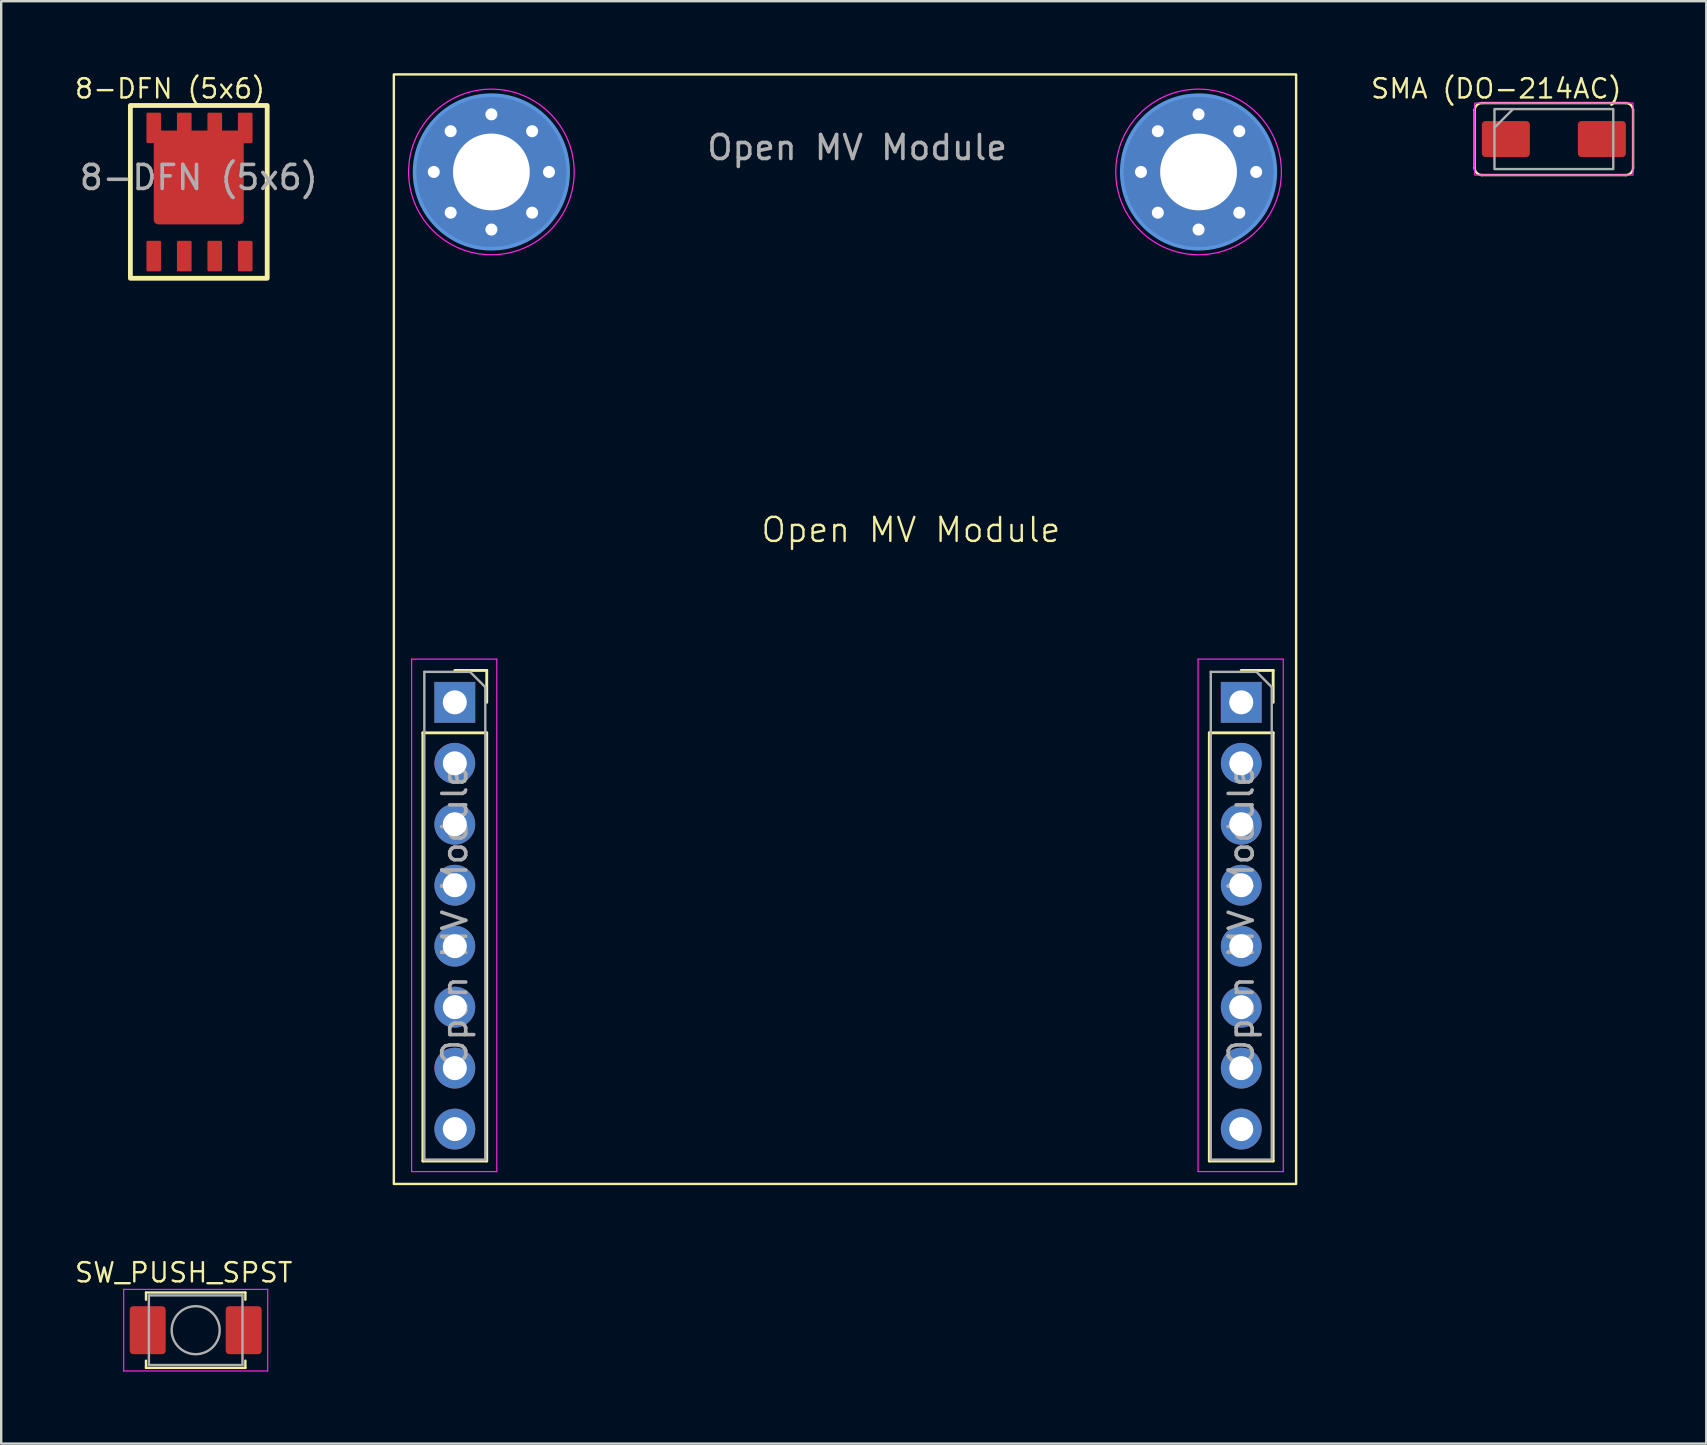
<source format=kicad_pcb>
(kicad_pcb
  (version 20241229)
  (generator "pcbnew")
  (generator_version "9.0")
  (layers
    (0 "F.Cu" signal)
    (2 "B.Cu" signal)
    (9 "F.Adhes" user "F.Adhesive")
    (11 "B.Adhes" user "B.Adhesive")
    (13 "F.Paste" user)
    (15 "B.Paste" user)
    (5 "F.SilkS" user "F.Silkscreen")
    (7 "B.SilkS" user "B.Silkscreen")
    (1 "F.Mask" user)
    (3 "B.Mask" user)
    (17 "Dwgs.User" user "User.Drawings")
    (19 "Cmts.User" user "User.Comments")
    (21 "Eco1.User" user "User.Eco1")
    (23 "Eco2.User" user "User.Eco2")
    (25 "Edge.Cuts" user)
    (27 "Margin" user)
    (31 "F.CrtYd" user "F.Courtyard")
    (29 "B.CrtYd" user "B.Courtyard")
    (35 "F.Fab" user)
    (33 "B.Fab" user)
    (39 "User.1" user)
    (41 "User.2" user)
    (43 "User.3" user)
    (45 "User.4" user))
  (footprint "8-DFN (5x6)"
    (layer "F.Cu")
    (at 5.232 4.944)
    (property "Reference" "8-DFN (5x6)" (at -1.2 -4.3 0) (unlocked yes) (layer "F.SilkS") (effects (font (size 0.8 0.8) (thickness 0.1))))
    (attr smd)
    (fp_rect (start -2.85 -3.6) (end 2.85 3.6) (stroke (width 0.2) (type default)) (fill no) (layer "F.SilkS"))
    (fp_text user "${REFERENCE}" (at 0 -0.6 0) (unlocked yes) (layer "F.Fab") (effects (font (size 1 1) (thickness 0.15))))
    (pad "1" smd roundrect (at -1.875 2.675 90) (size 1.27 0.61) (layers "F.Cu" "F.Mask" "F.Paste") (roundrect_rratio 0.1))
    (pad "2" smd roundrect (at -0.605 2.675 90) (size 1.27 0.61) (layers "F.Cu" "F.Mask" "F.Paste") (roundrect_rratio 0.1))
    (pad "3" smd roundrect (at 0.665 2.675 90) (size 1.27 0.61) (layers "F.Cu" "F.Mask" "F.Paste") (roundrect_rratio 0.1))
    (pad "4" smd roundrect (at 1.935 2.675 90) (size 1.27 0.61) (layers "F.Cu" "F.Mask" "F.Paste") (roundrect_rratio 0.1))
    (pad "5" smd roundrect (at 1.935 -3.3 270) (size 1.27 0.61) (drill (offset 0.635 0)) (layers "F.Cu" "F.Mask" "F.Paste") (roundrect_rratio 0.1))
    (pad "6" smd roundrect (at 0.665 -3.3 270) (size 1.27 0.61) (drill (offset 0.635 0)) (layers "F.Cu" "F.Mask" "F.Paste") (roundrect_rratio 0.1))
    (pad "7" smd roundrect (at -0.605 -3.3 270) (size 1.27 0.61) (drill (offset 0.635 0)) (layers "F.Cu" "F.Mask" "F.Paste") (roundrect_rratio 0.1))
    (pad "8" smd roundrect (at -1.875 -3.3 270) (size 1.27 0.61) (drill (offset 0.635 0)) (layers "F.Cu" "F.Mask" "F.Paste") (roundrect_rratio 0.1))
    (pad "9" smd roundrect (at 0 -0.6) (size 3.75 3.91) (layers "F.Cu" "F.Mask" "F.Paste") (roundrect_rratio 0.05)))
  (footprint "Open MV Module"
    (layer "F.Cu")
    (at 32.155 23.164)
    (property "Reference" "Open MV Module" (at 2.746 -4.136 0) (unlocked yes) (layer "F.SilkS") (effects (font (size 1 1) (thickness 0.1))))
    (attr smd)
    (fp_line (start -17.586 4.318) (end -17.586 22.158) (stroke (width 0.12) (type solid)) (layer "F.SilkS"))
    (fp_line (start -17.586 4.318) (end -14.926 4.318) (stroke (width 0.12) (type solid)) (layer "F.SilkS"))
    (fp_line (start -17.586 22.158) (end -14.926 22.158) (stroke (width 0.12) (type solid)) (layer "F.SilkS"))
    (fp_line (start -16.256 1.718) (end -14.926 1.718) (stroke (width 0.12) (type solid)) (layer "F.SilkS"))
    (fp_line (start -14.926 1.718) (end -14.926 3.048) (stroke (width 0.12) (type solid)) (layer "F.SilkS"))
    (fp_line (start -14.926 4.318) (end -14.926 22.158) (stroke (width 0.12) (type solid)) (layer "F.SilkS"))
    (fp_line (start 15.18 4.318) (end 15.18 22.158) (stroke (width 0.12) (type solid)) (layer "F.SilkS"))
    (fp_line (start 15.18 4.318) (end 17.84 4.318) (stroke (width 0.12) (type solid)) (layer "F.SilkS"))
    (fp_line (start 15.18 22.158) (end 17.84 22.158) (stroke (width 0.12) (type solid)) (layer "F.SilkS"))
    (fp_line (start 16.51 1.718) (end 17.84 1.718) (stroke (width 0.12) (type solid)) (layer "F.SilkS"))
    (fp_line (start 17.84 1.718) (end 17.84 3.048) (stroke (width 0.12) (type solid)) (layer "F.SilkS"))
    (fp_line (start 17.84 4.318) (end 17.84 22.158) (stroke (width 0.12) (type solid)) (layer "F.SilkS"))
    (fp_rect (start -18.796 23.114) (end 18.796 -23.114) (stroke (width 0.1) (type default)) (fill no) (layer "F.SilkS"))
    (fp_circle (center -14.732 -19.05) (end -11.532 -19.05) (stroke (width 0.15) (type solid)) (fill no) (layer "Cmts.User"))
    (fp_circle (center 14.732 -19.05) (end 17.932 -19.05) (stroke (width 0.15) (type solid)) (fill no) (layer "Cmts.User"))
    (fp_line (start -18.056 1.248) (end -14.506 1.248) (stroke (width 0.05) (type solid)) (layer "F.CrtYd"))
    (fp_line (start -18.056 22.598) (end -18.056 1.248) (stroke (width 0.05) (type solid)) (layer "F.CrtYd"))
    (fp_line (start -14.506 1.248) (end -14.506 22.598) (stroke (width 0.05) (type solid)) (layer "F.CrtYd"))
    (fp_line (start -14.506 22.598) (end -18.056 22.598) (stroke (width 0.05) (type solid)) (layer "F.CrtYd"))
    (fp_line (start 14.71 1.248) (end 18.26 1.248) (stroke (width 0.05) (type solid)) (layer "F.CrtYd"))
    (fp_line (start 14.71 22.598) (end 14.71 1.248) (stroke (width 0.05) (type solid)) (layer "F.CrtYd"))
    (fp_line (start 18.26 1.248) (end 18.26 22.598) (stroke (width 0.05) (type solid)) (layer "F.CrtYd"))
    (fp_line (start 18.26 22.598) (end 14.71 22.598) (stroke (width 0.05) (type solid)) (layer "F.CrtYd"))
    (fp_circle (center -14.732 -19.05) (end -11.282 -19.05) (stroke (width 0.05) (type solid)) (fill no) (layer "F.CrtYd"))
    (fp_circle (center 14.732 -19.05) (end 18.182 -19.05) (stroke (width 0.05) (type solid)) (fill no) (layer "F.CrtYd"))
    (fp_line (start -17.526 1.778) (end -15.621 1.778) (stroke (width 0.1) (type solid)) (layer "F.Fab"))
    (fp_line (start -17.526 22.098) (end -17.526 1.778) (stroke (width 0.1) (type solid)) (layer "F.Fab"))
    (fp_line (start -15.621 1.778) (end -14.986 2.413) (stroke (width 0.1) (type solid)) (layer "F.Fab"))
    (fp_line (start -14.986 2.413) (end -14.986 22.098) (stroke (width 0.1) (type solid)) (layer "F.Fab"))
    (fp_line (start -14.986 22.098) (end -17.526 22.098) (stroke (width 0.1) (type solid)) (layer "F.Fab"))
    (fp_line (start 15.24 1.778) (end 17.145 1.778) (stroke (width 0.1) (type solid)) (layer "F.Fab"))
    (fp_line (start 15.24 22.098) (end 15.24 1.778) (stroke (width 0.1) (type solid)) (layer "F.Fab"))
    (fp_line (start 17.145 1.778) (end 17.78 2.413) (stroke (width 0.1) (type solid)) (layer "F.Fab"))
    (fp_line (start 17.78 2.413) (end 17.78 22.098) (stroke (width 0.1) (type solid)) (layer "F.Fab"))
    (fp_line (start 17.78 22.098) (end 15.24 22.098) (stroke (width 0.1) (type solid)) (layer "F.Fab"))
    (fp_text user "${REFERENCE}" (at -16.256 11.938 90) (layer "F.Fab") (effects (font (size 1 1) (thickness 0.15))))
    (fp_text user "${REFERENCE}" (at 16.51 11.938 90) (layer "F.Fab") (effects (font (size 1 1) (thickness 0.15))))
    (fp_text user "${REFERENCE}" (at 0.508 -20.066 0) (unlocked yes) (layer "F.Fab") (effects (font (size 1 1) (thickness 0.15))))
    (pad "0" thru_hole circle (at -17.132 -19.05) (size 0.8 0.8) (drill 0.5) (layers "*.Cu" "*.Mask"))
    (pad "0" thru_hole circle (at -16.429 -20.747) (size 0.8 0.8) (drill 0.5) (layers "*.Cu" "*.Mask"))
    (pad "0" thru_hole circle (at -16.429 -17.353) (size 0.8 0.8) (drill 0.5) (layers "*.Cu" "*.Mask"))
    (pad "0" thru_hole circle (at -14.732 -21.45) (size 0.8 0.8) (drill 0.5) (layers "*.Cu" "*.Mask"))
    (pad "0" thru_hole circle (at -14.732 -19.05) (size 6.4 6.4) (drill 3.2) (layers "*.Cu" "*.Mask"))
    (pad "0" thru_hole circle (at -14.732 -16.65) (size 0.8 0.8) (drill 0.5) (layers "*.Cu" "*.Mask"))
    (pad "0" thru_hole circle (at -13.035 -20.747) (size 0.8 0.8) (drill 0.5) (layers "*.Cu" "*.Mask"))
    (pad "0" thru_hole circle (at -13.035 -17.353) (size 0.8 0.8) (drill 0.5) (layers "*.Cu" "*.Mask"))
    (pad "0" thru_hole circle (at -12.332 -19.05) (size 0.8 0.8) (drill 0.5) (layers "*.Cu" "*.Mask"))
    (pad "0" thru_hole circle (at 12.332 -19.05) (size 0.8 0.8) (drill 0.5) (layers "*.Cu" "*.Mask"))
    (pad "0" thru_hole circle (at 13.035 -20.747) (size 0.8 0.8) (drill 0.5) (layers "*.Cu" "*.Mask"))
    (pad "0" thru_hole circle (at 13.035 -17.353) (size 0.8 0.8) (drill 0.5) (layers "*.Cu" "*.Mask"))
    (pad "0" thru_hole circle (at 14.732 -21.45) (size 0.8 0.8) (drill 0.5) (layers "*.Cu" "*.Mask"))
    (pad "0" thru_hole circle (at 14.732 -19.05) (size 6.4 6.4) (drill 3.2) (layers "*.Cu" "*.Mask"))
    (pad "0" thru_hole circle (at 14.732 -16.65) (size 0.8 0.8) (drill 0.5) (layers "*.Cu" "*.Mask"))
    (pad "0" thru_hole circle (at 16.429 -20.747) (size 0.8 0.8) (drill 0.5) (layers "*.Cu" "*.Mask"))
    (pad "0" thru_hole circle (at 16.429 -17.353) (size 0.8 0.8) (drill 0.5) (layers "*.Cu" "*.Mask"))
    (pad "0" thru_hole circle (at 17.132 -19.05) (size 0.8 0.8) (drill 0.5) (layers "*.Cu" "*.Mask"))
    (pad "1" thru_hole rect (at -16.256 3.048) (size 1.7 1.7) (drill 1) (layers "*.Cu" "*.Mask"))
    (pad "2" thru_hole oval (at -16.256 5.588) (size 1.7 1.7) (drill 1) (layers "*.Cu" "*.Mask"))
    (pad "3" thru_hole oval (at -16.256 8.128) (size 1.7 1.7) (drill 1) (layers "*.Cu" "*.Mask"))
    (pad "4" thru_hole oval (at -16.256 10.668) (size 1.7 1.7) (drill 1) (layers "*.Cu" "*.Mask"))
    (pad "5" thru_hole oval (at -16.256 13.208) (size 1.7 1.7) (drill 1) (layers "*.Cu" "*.Mask"))
    (pad "6" thru_hole oval (at -16.256 15.748) (size 1.7 1.7) (drill 1) (layers "*.Cu" "*.Mask"))
    (pad "7" thru_hole oval (at -16.256 18.288) (size 1.7 1.7) (drill 1) (layers "*.Cu" "*.Mask"))
    (pad "8" thru_hole oval (at -16.256 20.828) (size 1.7 1.7) (drill 1) (layers "*.Cu" "*.Mask"))
    (pad "9" thru_hole oval (at 16.51 20.828) (size 1.7 1.7) (drill 1) (layers "*.Cu" "*.Mask"))
    (pad "10" thru_hole oval (at 16.51 18.288) (size 1.7 1.7) (drill 1) (layers "*.Cu" "*.Mask"))
    (pad "11" thru_hole oval (at 16.51 15.748) (size 1.7 1.7) (drill 1) (layers "*.Cu" "*.Mask"))
    (pad "12" thru_hole oval (at 16.51 13.208) (size 1.7 1.7) (drill 1) (layers "*.Cu" "*.Mask"))
    (pad "13" thru_hole oval (at 16.51 10.668) (size 1.7 1.7) (drill 1) (layers "*.Cu" "*.Mask"))
    (pad "14" thru_hole oval (at 16.51 8.128) (size 1.7 1.7) (drill 1) (layers "*.Cu" "*.Mask"))
    (pad "15" thru_hole oval (at 16.51 5.588) (size 1.7 1.7) (drill 1) (layers "*.Cu" "*.Mask"))
    (pad "16" thru_hole rect (at 16.51 3.048) (size 1.7 1.7) (drill 1) (layers "*.Cu" "*.Mask")))
  (footprint "SW_PUSH_SPST"
    (layer "F.Cu")
    (at 5.103 52.371)
    (property "Reference" "SW_PUSH_SPST" (at -0.5 -2.4 0) (unlocked yes) (layer "F.SilkS") (effects (font (size 0.8 0.8) (thickness 0.1))))
    (attr smd)
    (fp_line (start -2.07 -1.57) (end 2.07 -1.57) (stroke (width 0.1) (type solid)) (layer "F.SilkS"))
    (fp_line (start -2.07 -1.27) (end -2.07 -1.57) (stroke (width 0.1) (type solid)) (layer "F.SilkS"))
    (fp_line (start -2.07 1.57) (end -2.07 1.27) (stroke (width 0.1) (type solid)) (layer "F.SilkS"))
    (fp_line (start 2.07 -1.57) (end 2.07 -1.27) (stroke (width 0.1) (type solid)) (layer "F.SilkS"))
    (fp_line (start 2.07 1.27) (end 2.07 1.57) (stroke (width 0.1) (type solid)) (layer "F.SilkS"))
    (fp_line (start 2.07 1.57) (end -2.07 1.57) (stroke (width 0.1) (type solid)) (layer "F.SilkS"))
    (fp_line (start -3 -1.7) (end 3 -1.7) (stroke (width 0.05) (type solid)) (layer "F.CrtYd"))
    (fp_line (start -3 1.7) (end -3 -1.7) (stroke (width 0.05) (type solid)) (layer "F.CrtYd"))
    (fp_line (start 3 -1.7) (end 3 1.7) (stroke (width 0.05) (type solid)) (layer "F.CrtYd"))
    (fp_line (start 3 1.7) (end -3 1.7) (stroke (width 0.05) (type solid)) (layer "F.CrtYd"))
    (fp_line (start -1.95 -1.45) (end 1.95 -1.45) (stroke (width 0.1) (type solid)) (layer "F.Fab"))
    (fp_line (start -1.95 1.45) (end -1.95 -1.45) (stroke (width 0.1) (type solid)) (layer "F.Fab"))
    (fp_line (start 1.95 -1.45) (end 1.95 1.45) (stroke (width 0.1) (type solid)) (layer "F.Fab"))
    (fp_line (start 1.95 1.45) (end -1.95 1.45) (stroke (width 0.1) (type solid)) (layer "F.Fab"))
    (fp_circle (center 0 0) (end 1 0) (stroke (width 0.1) (type solid)) (fill no) (layer "F.Fab"))
    (pad "1" smd roundrect (at -2 0) (size 1.5 2) (layers "F.Cu" "F.Mask" "F.Paste") (roundrect_rratio 0.1))
    (pad "2" smd roundrect (at 2 0) (size 1.5 2) (layers "F.Cu" "F.Mask" "F.Paste") (roundrect_rratio 0.1)))
  (footprint "SMA (DO-214AC)"
    (layer "F.Cu")
    (at 61.69 2.744)
    (property "Reference" "SMA (DO-214AC)" (at -2.4 -2.1 0) (layer "F.SilkS") (effects (font (size 0.8 0.8) (thickness 0.1))))
    (attr smd)
    (fp_line (start -3.3 -1.2) (end -3.3 1.2) (stroke (width 0.1) (type default)) (layer "F.SilkS"))
    (fp_line (start -3 1.5) (end 3 1.5) (stroke (width 0.1) (type default)) (layer "F.SilkS"))
    (fp_line (start 3 -1.5) (end -3 -1.5) (stroke (width 0.1) (type default)) (layer "F.SilkS"))
    (fp_line (start 3.3 1.2) (end 3.3 -1.2) (stroke (width 0.1) (type default)) (layer "F.SilkS"))
    (fp_arc (start -3.3 -1.2) (mid -3.212132 -1.412132) (end -3 -1.5) (stroke (width 0.1) (type default)) (layer "F.SilkS"))
    (fp_arc (start -3 1.5) (mid -3.212132 1.412132) (end -3.3 1.2) (stroke (width 0.1) (type default)) (layer "F.SilkS"))
    (fp_arc (start 3 -1.5) (mid 3.212132 -1.412132) (end 3.3 -1.2) (stroke (width 0.1) (type default)) (layer "F.SilkS"))
    (fp_arc (start 3.3 1.2) (mid 3.212132 1.412132) (end 3 1.5) (stroke (width 0.1) (type default)) (layer "F.SilkS"))
    (fp_rect (start -3.3 -1.5) (end 3.3 1.5) (stroke (width 0.05) (type solid)) (fill no) (layer "F.CrtYd"))
    (fp_line (start -2.475 -0.475) (end -1.7 -1.25) (stroke (width 0.1) (type solid)) (layer "F.Fab"))
    (fp_rect (start -2.475 -1.25) (end 2.475 1.25) (stroke (width 0.1) (type solid)) (fill no) (layer "F.Fab"))
    (pad "1" smd roundrect (at -2 0 90) (size 1.5 2) (layers "F.Cu" "F.Mask" "F.Paste") (roundrect_rratio 0.1))
    (pad "2" smd roundrect (at 2 0 90) (size 1.5 2) (layers "F.Cu" "F.Mask" "F.Paste") (roundrect_rratio 0.1)))
  (gr_rect
    (start -3 -3)
    (end 68.04 57.096)
    (stroke (width 0.1) (type default))
    (fill no)
    (layer "Edge.Cuts")))
</source>
